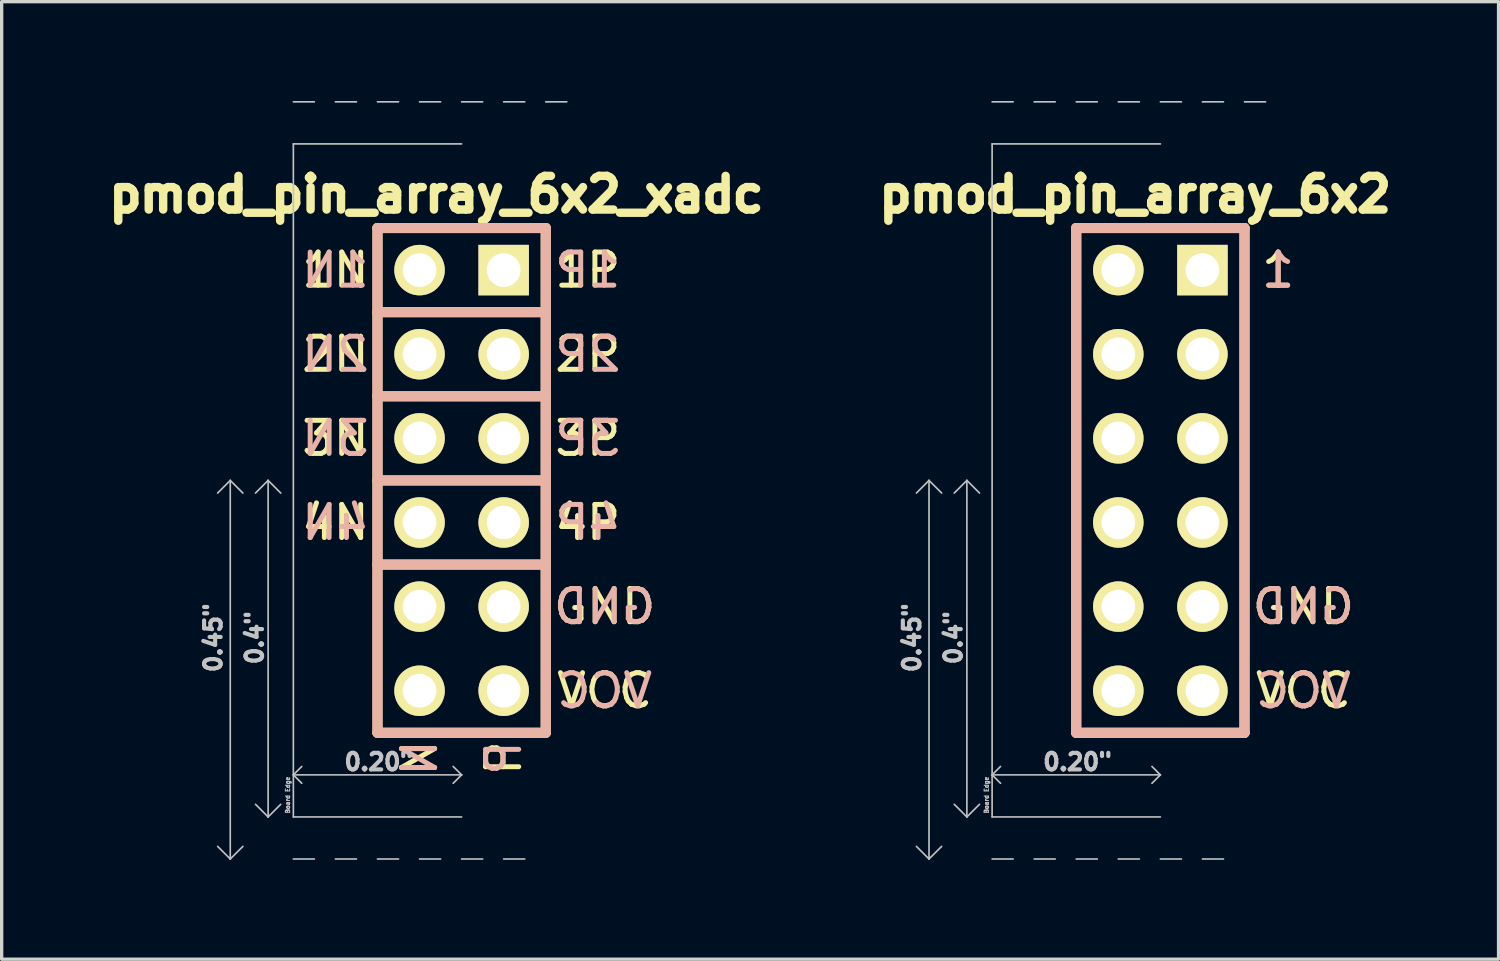
<source format=kicad_pcb>
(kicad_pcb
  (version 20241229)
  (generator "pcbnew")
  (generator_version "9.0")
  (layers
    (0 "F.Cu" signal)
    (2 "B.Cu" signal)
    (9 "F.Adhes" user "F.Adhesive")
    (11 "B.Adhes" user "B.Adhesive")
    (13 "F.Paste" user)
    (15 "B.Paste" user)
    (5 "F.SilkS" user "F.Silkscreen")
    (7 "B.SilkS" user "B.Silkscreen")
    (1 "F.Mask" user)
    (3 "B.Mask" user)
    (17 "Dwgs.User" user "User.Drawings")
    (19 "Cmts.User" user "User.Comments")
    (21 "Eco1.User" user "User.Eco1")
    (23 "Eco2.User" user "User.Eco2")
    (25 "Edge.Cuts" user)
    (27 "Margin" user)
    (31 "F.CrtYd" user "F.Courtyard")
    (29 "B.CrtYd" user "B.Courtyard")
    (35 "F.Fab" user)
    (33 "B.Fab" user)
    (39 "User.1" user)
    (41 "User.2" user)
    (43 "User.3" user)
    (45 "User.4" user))
  (footprint "pmod_pin_array_6x2_xadc"
    (layer "F.Cu")
    (at 10.887 11.455)
    (property "Reference" "pmod_pin_array_6x2_xadc" (at -0.762 -8.636 0) (layer "F.SilkS") (effects (font (size 1.016 1.016) (thickness 0.254))))
    (attr through_hole)
    (fp_line (start -2.54 -7.62) (end -2.54 7.62) (stroke (width 0.305) (type solid)) (layer "F.SilkS"))
    (fp_line (start -2.54 -2.54) (end 2.54 -2.54) (stroke (width 0.305) (type solid)) (layer "F.SilkS"))
    (fp_line (start -2.54 7.62) (end 2.54 7.62) (stroke (width 0.305) (type solid)) (layer "F.SilkS"))
    (fp_line (start 2.54 -7.62) (end -2.54 -7.62) (stroke (width 0.305) (type solid)) (layer "F.SilkS"))
    (fp_line (start 2.54 -5.08) (end -2.54 -5.08) (stroke (width 0.305) (type solid)) (layer "F.SilkS"))
    (fp_line (start 2.54 0) (end -2.54 0) (stroke (width 0.305) (type solid)) (layer "F.SilkS"))
    (fp_line (start 2.54 2.54) (end -2.54 2.54) (stroke (width 0.305) (type solid)) (layer "F.SilkS"))
    (fp_line (start 2.54 7.62) (end 2.54 -7.62) (stroke (width 0.305) (type solid)) (layer "F.SilkS"))
    (fp_line (start -2.54 -7.62) (end -2.54 7.62) (stroke (width 0.305) (type solid)) (layer "B.SilkS"))
    (fp_line (start -2.54 0) (end 2.54 0) (stroke (width 0.305) (type solid)) (layer "B.SilkS"))
    (fp_line (start -2.54 7.62) (end 2.54 7.62) (stroke (width 0.305) (type solid)) (layer "B.SilkS"))
    (fp_line (start 2.54 -7.62) (end -2.54 -7.62) (stroke (width 0.305) (type solid)) (layer "B.SilkS"))
    (fp_line (start 2.54 -5.08) (end -2.54 -5.08) (stroke (width 0.305) (type solid)) (layer "B.SilkS"))
    (fp_line (start 2.54 -2.54) (end -2.54 -2.54) (stroke (width 0.305) (type solid)) (layer "B.SilkS"))
    (fp_line (start 2.54 2.54) (end -2.54 2.54) (stroke (width 0.305) (type solid)) (layer "B.SilkS"))
    (fp_line (start 2.54 7.62) (end 2.54 -7.62) (stroke (width 0.305) (type solid)) (layer "B.SilkS"))
    (fp_line (start -6.985 0) (end -7.366 0.381) (stroke (width 0.05) (type solid)) (layer "Dwgs.User"))
    (fp_line (start -6.985 0) (end -6.985 11.43) (stroke (width 0.05) (type solid)) (layer "Dwgs.User"))
    (fp_line (start -6.985 11.43) (end -7.366 11.049) (stroke (width 0.05) (type solid)) (layer "Dwgs.User"))
    (fp_line (start -6.985 11.43) (end -6.604 11.049) (stroke (width 0.05) (type solid)) (layer "Dwgs.User"))
    (fp_line (start -6.604 0.381) (end -6.985 0) (stroke (width 0.05) (type solid)) (layer "Dwgs.User"))
    (fp_line (start -5.842 0) (end -6.223 0.381) (stroke (width 0.05) (type solid)) (layer "Dwgs.User"))
    (fp_line (start -5.842 0) (end -5.842 10.16) (stroke (width 0.05) (type solid)) (layer "Dwgs.User"))
    (fp_line (start -5.842 0) (end -5.461 0.381) (stroke (width 0.05) (type solid)) (layer "Dwgs.User"))
    (fp_line (start -5.842 10.16) (end -6.223 9.779) (stroke (width 0.05) (type solid)) (layer "Dwgs.User"))
    (fp_line (start -5.842 10.16) (end -5.461 9.779) (stroke (width 0.05) (type solid)) (layer "Dwgs.User"))
    (fp_line (start -5.08 -11.43) (end -4.445 -11.43) (stroke (width 0.05) (type solid)) (layer "Dwgs.User"))
    (fp_line (start -5.08 8.89) (end -4.826 8.636) (stroke (width 0.05) (type solid)) (layer "Dwgs.User"))
    (fp_line (start -5.08 8.89) (end -4.826 9.144) (stroke (width 0.05) (type solid)) (layer "Dwgs.User"))
    (fp_line (start -5.08 10.16) (end -5.08 -10.16) (stroke (width 0.05) (type solid)) (layer "Dwgs.User"))
    (fp_line (start -5.08 11.43) (end -4.445 11.43) (stroke (width 0.05) (type solid)) (layer "Dwgs.User"))
    (fp_line (start -3.81 -11.43) (end -3.175 -11.43) (stroke (width 0.05) (type solid)) (layer "Dwgs.User"))
    (fp_line (start -3.81 11.43) (end -3.175 11.43) (stroke (width 0.05) (type solid)) (layer "Dwgs.User"))
    (fp_line (start -2.54 -11.43) (end -1.905 -11.43) (stroke (width 0.05) (type solid)) (layer "Dwgs.User"))
    (fp_line (start -2.54 11.43) (end -1.905 11.43) (stroke (width 0.05) (type solid)) (layer "Dwgs.User"))
    (fp_line (start -1.27 -11.43) (end -0.635 -11.43) (stroke (width 0.05) (type solid)) (layer "Dwgs.User"))
    (fp_line (start -1.27 11.43) (end -0.635 11.43) (stroke (width 0.05) (type solid)) (layer "Dwgs.User"))
    (fp_line (start -0.254 8.636) (end 0 8.89) (stroke (width 0.05) (type solid)) (layer "Dwgs.User"))
    (fp_line (start 0 -11.43) (end 0.635 -11.43) (stroke (width 0.05) (type solid)) (layer "Dwgs.User"))
    (fp_line (start 0 -10.16) (end -5.08 -10.16) (stroke (width 0.05) (type solid)) (layer "Dwgs.User"))
    (fp_line (start 0 8.89) (end -5.08 8.89) (stroke (width 0.05) (type solid)) (layer "Dwgs.User"))
    (fp_line (start 0 8.89) (end -0.254 9.144) (stroke (width 0.05) (type solid)) (layer "Dwgs.User"))
    (fp_line (start 0 10.16) (end -5.08 10.16) (stroke (width 0.05) (type solid)) (layer "Dwgs.User"))
    (fp_line (start 0 11.43) (end 0.635 11.43) (stroke (width 0.05) (type solid)) (layer "Dwgs.User"))
    (fp_line (start 1.27 -11.43) (end 1.905 -11.43) (stroke (width 0.05) (type solid)) (layer "Dwgs.User"))
    (fp_line (start 1.27 11.43) (end 1.905 11.43) (stroke (width 0.05) (type solid)) (layer "Dwgs.User"))
    (fp_line (start 2.54 -11.43) (end 3.175 -11.43) (stroke (width 0.05) (type solid)) (layer "Dwgs.User"))
    (fp_text user "VCC" (at 4.318 6.35 0) (layer "F.SilkS") (effects (font (size 1 1) (thickness 0.15))))
    (fp_text user "N" (at -1.27 8.382 90) (layer "F.SilkS") (effects (font (size 1 1) (thickness 0.15))))
    (fp_text user "2P" (at 3.81 -3.81 0) (layer "F.SilkS") (effects (font (size 1 1) (thickness 0.15))))
    (fp_text user "GND" (at 4.318 3.81 0) (layer "F.SilkS") (effects (font (size 1 1) (thickness 0.15))))
    (fp_text user "2N" (at -3.81 -3.81 0) (layer "F.SilkS") (effects (font (size 1 1) (thickness 0.15))))
    (fp_text user "3N" (at -3.81 -1.27 0) (layer "F.SilkS") (effects (font (size 1 1) (thickness 0.15))))
    (fp_text user "3P" (at 3.81 -1.27 0) (layer "F.SilkS") (effects (font (size 1 1) (thickness 0.15))))
    (fp_text user "4P" (at 3.81 1.27 0) (layer "F.SilkS") (effects (font (size 1 1) (thickness 0.15))))
    (fp_text user "4N" (at -3.81 1.27 0) (layer "F.SilkS") (effects (font (size 1 1) (thickness 0.15))))
    (fp_text user "P" (at 1.27 8.382 90) (layer "F.SilkS") (effects (font (size 1 1) (thickness 0.15))))
    (fp_text user "1P" (at 3.81 -6.35 0) (layer "F.SilkS") (effects (font (size 1 1) (thickness 0.15))))
    (fp_text user "1N" (at -3.81 -6.35 0) (layer "F.SilkS") (effects (font (size 1 1) (thickness 0.15))))
    (fp_text user "P" (at 1.27 8.382 90) (layer "B.SilkS") (effects (font (size 1 1) (thickness 0.15)) (justify mirror)))
    (fp_text user "3P" (at 3.81 -1.27 0) (layer "B.SilkS") (effects (font (size 1 1) (thickness 0.15)) (justify mirror)))
    (fp_text user "GND" (at 4.318 3.81 0) (layer "B.SilkS") (effects (font (size 1 1) (thickness 0.15)) (justify mirror)))
    (fp_text user "2P" (at 3.81 -3.81 0) (layer "B.SilkS") (effects (font (size 1 1) (thickness 0.15)) (justify mirror)))
    (fp_text user "VCC" (at 4.318 6.35 0) (layer "B.SilkS") (effects (font (size 1 1) (thickness 0.15)) (justify mirror)))
    (fp_text user "1N" (at -3.81 -6.35 0) (layer "B.SilkS") (effects (font (size 1 1) (thickness 0.15)) (justify mirror)))
    (fp_text user "3N" (at -3.81 -1.27 0) (layer "B.SilkS") (effects (font (size 1 1) (thickness 0.15)) (justify mirror)))
    (fp_text user "4N" (at -3.81 1.27 0) (layer "B.SilkS") (effects (font (size 1 1) (thickness 0.15)) (justify mirror)))
    (fp_text user "N" (at -1.27 8.382 90) (layer "B.SilkS") (effects (font (size 1 1) (thickness 0.15)) (justify mirror)))
    (fp_text user "1P" (at 3.81 -6.35 0) (layer "B.SilkS") (effects (font (size 1 1) (thickness 0.15)) (justify mirror)))
    (fp_text user "4P" (at 3.81 1.27 0) (layer "B.SilkS") (effects (font (size 1 1) (thickness 0.15)) (justify mirror)))
    (fp_text user "2N" (at -3.81 -3.81 0) (layer "B.SilkS") (effects (font (size 1 1) (thickness 0.15)) (justify mirror)))
    (fp_text user "Board Edge" (at -5.25 9.5 90) (layer "Dwgs.User") (effects (font (size 0.127 0.127) (thickness 0.032))))
    (fp_text user "0.4\"" (at -6.25 4.75 90) (layer "Dwgs.User") (effects (font (size 0.5 0.5) (thickness 0.125))))
    (fp_text user "0.45\"" (at -7.5 4.75 90) (layer "Dwgs.User") (effects (font (size 0.5 0.5) (thickness 0.125))))
    (fp_text user "0.20\"" (at -2.5 8.5 180) (layer "Dwgs.User") (effects (font (size 0.5 0.5) (thickness 0.125))))
    (pad "1" thru_hole rect (at 1.27 -6.35) (size 1.524 1.524) (drill 1.016) (layers "*.Cu" "*.Mask" "F.SilkS"))
    (pad "2" thru_hole circle (at 1.27 -3.81 270) (size 1.524 1.524) (drill 1.016) (layers "*.Cu" "*.Mask" "F.SilkS"))
    (pad "3" thru_hole circle (at 1.27 -1.27 270) (size 1.524 1.524) (drill 1.016) (layers "*.Cu" "*.Mask" "F.SilkS"))
    (pad "4" thru_hole circle (at 1.27 1.27 270) (size 1.524 1.524) (drill 1.016) (layers "*.Cu" "*.Mask" "F.SilkS"))
    (pad "5" thru_hole circle (at 1.27 3.81 270) (size 1.524 1.524) (drill 1.016) (layers "*.Cu" "*.Mask" "F.SilkS"))
    (pad "6" thru_hole circle (at 1.27 6.35 270) (size 1.524 1.524) (drill 1.016) (layers "*.Cu" "*.Mask" "F.SilkS"))
    (pad "7" thru_hole circle (at -1.27 -6.35 270) (size 1.524 1.524) (drill 1.016) (layers "*.Cu" "*.Mask" "F.SilkS"))
    (pad "8" thru_hole circle (at -1.27 -3.81 270) (size 1.524 1.524) (drill 1.016) (layers "*.Cu" "*.Mask" "F.SilkS"))
    (pad "9" thru_hole circle (at -1.27 -1.27 270) (size 1.524 1.524) (drill 1.016) (layers "*.Cu" "*.Mask" "F.SilkS"))
    (pad "10" thru_hole circle (at -1.27 1.27 270) (size 1.524 1.524) (drill 1.016) (layers "*.Cu" "*.Mask" "F.SilkS"))
    (pad "11" thru_hole circle (at -1.27 3.81 270) (size 1.524 1.524) (drill 1.016) (layers "*.Cu" "*.Mask" "F.SilkS"))
    (pad "12" thru_hole circle (at -1.27 6.35 270) (size 1.524 1.524) (drill 1.016) (layers "*.Cu" "*.Mask" "F.SilkS")))
  (footprint "pmod_pin_array_6x2"
    (layer "F.Cu")
    (at 31.984 11.455)
    (property "Reference" "pmod_pin_array_6x2" (at -0.762 -8.636 0) (layer "F.SilkS") (effects (font (size 1.016 1.016) (thickness 0.254))))
    (attr through_hole)
    (fp_line (start -2.54 -7.62) (end -2.54 7.62) (stroke (width 0.305) (type solid)) (layer "F.SilkS"))
    (fp_line (start -2.54 7.62) (end 2.54 7.62) (stroke (width 0.305) (type solid)) (layer "F.SilkS"))
    (fp_line (start 2.54 -7.62) (end -2.54 -7.62) (stroke (width 0.305) (type solid)) (layer "F.SilkS"))
    (fp_line (start 2.54 7.62) (end 2.54 -7.62) (stroke (width 0.305) (type solid)) (layer "F.SilkS"))
    (fp_line (start -2.54 -7.62) (end -2.54 7.62) (stroke (width 0.305) (type solid)) (layer "B.SilkS"))
    (fp_line (start -2.54 7.62) (end 2.54 7.62) (stroke (width 0.305) (type solid)) (layer "B.SilkS"))
    (fp_line (start 2.54 -7.62) (end -2.54 -7.62) (stroke (width 0.305) (type solid)) (layer "B.SilkS"))
    (fp_line (start 2.54 7.62) (end 2.54 -7.62) (stroke (width 0.305) (type solid)) (layer "B.SilkS"))
    (fp_line (start -6.985 0) (end -7.366 0.381) (stroke (width 0.05) (type solid)) (layer "Dwgs.User"))
    (fp_line (start -6.985 0) (end -6.985 11.43) (stroke (width 0.05) (type solid)) (layer "Dwgs.User"))
    (fp_line (start -6.985 11.43) (end -7.366 11.049) (stroke (width 0.05) (type solid)) (layer "Dwgs.User"))
    (fp_line (start -6.985 11.43) (end -6.604 11.049) (stroke (width 0.05) (type solid)) (layer "Dwgs.User"))
    (fp_line (start -6.604 0.381) (end -6.985 0) (stroke (width 0.05) (type solid)) (layer "Dwgs.User"))
    (fp_line (start -5.842 0) (end -6.223 0.381) (stroke (width 0.05) (type solid)) (layer "Dwgs.User"))
    (fp_line (start -5.842 0) (end -5.842 10.16) (stroke (width 0.05) (type solid)) (layer "Dwgs.User"))
    (fp_line (start -5.842 0) (end -5.461 0.381) (stroke (width 0.05) (type solid)) (layer "Dwgs.User"))
    (fp_line (start -5.842 10.16) (end -6.223 9.779) (stroke (width 0.05) (type solid)) (layer "Dwgs.User"))
    (fp_line (start -5.842 10.16) (end -5.461 9.779) (stroke (width 0.05) (type solid)) (layer "Dwgs.User"))
    (fp_line (start -5.08 -11.43) (end -4.445 -11.43) (stroke (width 0.05) (type solid)) (layer "Dwgs.User"))
    (fp_line (start -5.08 8.89) (end -4.826 8.636) (stroke (width 0.05) (type solid)) (layer "Dwgs.User"))
    (fp_line (start -5.08 8.89) (end -4.826 9.144) (stroke (width 0.05) (type solid)) (layer "Dwgs.User"))
    (fp_line (start -5.08 10.16) (end -5.08 -10.16) (stroke (width 0.05) (type solid)) (layer "Dwgs.User"))
    (fp_line (start -5.08 11.43) (end -4.445 11.43) (stroke (width 0.05) (type solid)) (layer "Dwgs.User"))
    (fp_line (start -3.81 -11.43) (end -3.175 -11.43) (stroke (width 0.05) (type solid)) (layer "Dwgs.User"))
    (fp_line (start -3.81 11.43) (end -3.175 11.43) (stroke (width 0.05) (type solid)) (layer "Dwgs.User"))
    (fp_line (start -2.54 -11.43) (end -1.905 -11.43) (stroke (width 0.05) (type solid)) (layer "Dwgs.User"))
    (fp_line (start -2.54 11.43) (end -1.905 11.43) (stroke (width 0.05) (type solid)) (layer "Dwgs.User"))
    (fp_line (start -1.27 -11.43) (end -0.635 -11.43) (stroke (width 0.05) (type solid)) (layer "Dwgs.User"))
    (fp_line (start -1.27 11.43) (end -0.635 11.43) (stroke (width 0.05) (type solid)) (layer "Dwgs.User"))
    (fp_line (start -0.254 8.636) (end 0 8.89) (stroke (width 0.05) (type solid)) (layer "Dwgs.User"))
    (fp_line (start 0 -11.43) (end 0.635 -11.43) (stroke (width 0.05) (type solid)) (layer "Dwgs.User"))
    (fp_line (start 0 -10.16) (end -5.08 -10.16) (stroke (width 0.05) (type solid)) (layer "Dwgs.User"))
    (fp_line (start 0 8.89) (end -5.08 8.89) (stroke (width 0.05) (type solid)) (layer "Dwgs.User"))
    (fp_line (start 0 8.89) (end -0.254 9.144) (stroke (width 0.05) (type solid)) (layer "Dwgs.User"))
    (fp_line (start 0 10.16) (end -5.08 10.16) (stroke (width 0.05) (type solid)) (layer "Dwgs.User"))
    (fp_line (start 0 11.43) (end 0.635 11.43) (stroke (width 0.05) (type solid)) (layer "Dwgs.User"))
    (fp_line (start 1.27 -11.43) (end 1.905 -11.43) (stroke (width 0.05) (type solid)) (layer "Dwgs.User"))
    (fp_line (start 1.27 11.43) (end 1.905 11.43) (stroke (width 0.05) (type solid)) (layer "Dwgs.User"))
    (fp_line (start 2.54 -11.43) (end 3.175 -11.43) (stroke (width 0.05) (type solid)) (layer "Dwgs.User"))
    (fp_text user "1" (at 3.556 -6.35 0) (layer "F.SilkS") (effects (font (size 1 1) (thickness 0.15))))
    (fp_text user "VCC" (at 4.318 6.35 0) (layer "F.SilkS") (effects (font (size 1 1) (thickness 0.15))))
    (fp_text user "GND" (at 4.318 3.81 0) (layer "F.SilkS") (effects (font (size 1 1) (thickness 0.15))))
    (fp_text user "VCC" (at 4.318 6.35 0) (layer "B.SilkS") (effects (font (size 1 1) (thickness 0.15)) (justify mirror)))
    (fp_text user "1" (at 3.556 -6.35 0) (layer "B.SilkS") (effects (font (size 1 1) (thickness 0.15)) (justify mirror)))
    (fp_text user "GND" (at 4.318 3.81 0) (layer "B.SilkS") (effects (font (size 1 1) (thickness 0.15)) (justify mirror)))
    (fp_text user "Board Edge" (at -5.25 9.5 90) (layer "Dwgs.User") (effects (font (size 0.127 0.127) (thickness 0.032))))
    (fp_text user "0.45\"" (at -7.5 4.75 90) (layer "Dwgs.User") (effects (font (size 0.5 0.5) (thickness 0.125))))
    (fp_text user "0.4\"" (at -6.25 4.75 90) (layer "Dwgs.User") (effects (font (size 0.5 0.5) (thickness 0.125))))
    (fp_text user "0.20\"" (at -2.5 8.5 180) (layer "Dwgs.User") (effects (font (size 0.5 0.5) (thickness 0.125))))
    (pad "1" thru_hole rect (at 1.27 -6.35) (size 1.524 1.524) (drill 1.016) (layers "*.Cu" "*.Mask" "F.SilkS"))
    (pad "2" thru_hole circle (at 1.27 -3.81 270) (size 1.524 1.524) (drill 1.016) (layers "*.Cu" "*.Mask" "F.SilkS"))
    (pad "3" thru_hole circle (at 1.27 -1.27 270) (size 1.524 1.524) (drill 1.016) (layers "*.Cu" "*.Mask" "F.SilkS"))
    (pad "4" thru_hole circle (at 1.27 1.27 270) (size 1.524 1.524) (drill 1.016) (layers "*.Cu" "*.Mask" "F.SilkS"))
    (pad "5" thru_hole circle (at 1.27 3.81 270) (size 1.524 1.524) (drill 1.016) (layers "*.Cu" "*.Mask" "F.SilkS"))
    (pad "6" thru_hole circle (at 1.27 6.35 270) (size 1.524 1.524) (drill 1.016) (layers "*.Cu" "*.Mask" "F.SilkS"))
    (pad "7" thru_hole circle (at -1.27 -6.35 270) (size 1.524 1.524) (drill 1.016) (layers "*.Cu" "*.Mask" "F.SilkS"))
    (pad "8" thru_hole circle (at -1.27 -3.81 270) (size 1.524 1.524) (drill 1.016) (layers "*.Cu" "*.Mask" "F.SilkS"))
    (pad "9" thru_hole circle (at -1.27 -1.27 270) (size 1.524 1.524) (drill 1.016) (layers "*.Cu" "*.Mask" "F.SilkS"))
    (pad "10" thru_hole circle (at -1.27 1.27 270) (size 1.524 1.524) (drill 1.016) (layers "*.Cu" "*.Mask" "F.SilkS"))
    (pad "11" thru_hole circle (at -1.27 3.81 270) (size 1.524 1.524) (drill 1.016) (layers "*.Cu" "*.Mask" "F.SilkS"))
    (pad "12" thru_hole circle (at -1.27 6.35 270) (size 1.524 1.524) (drill 1.016) (layers "*.Cu" "*.Mask" "F.SilkS")))
  (gr_rect
    (start -3 -3)
    (end 42.194 25.91)
    (stroke (width 0.1) (type default))
    (fill no)
    (layer "Edge.Cuts")))
</source>
